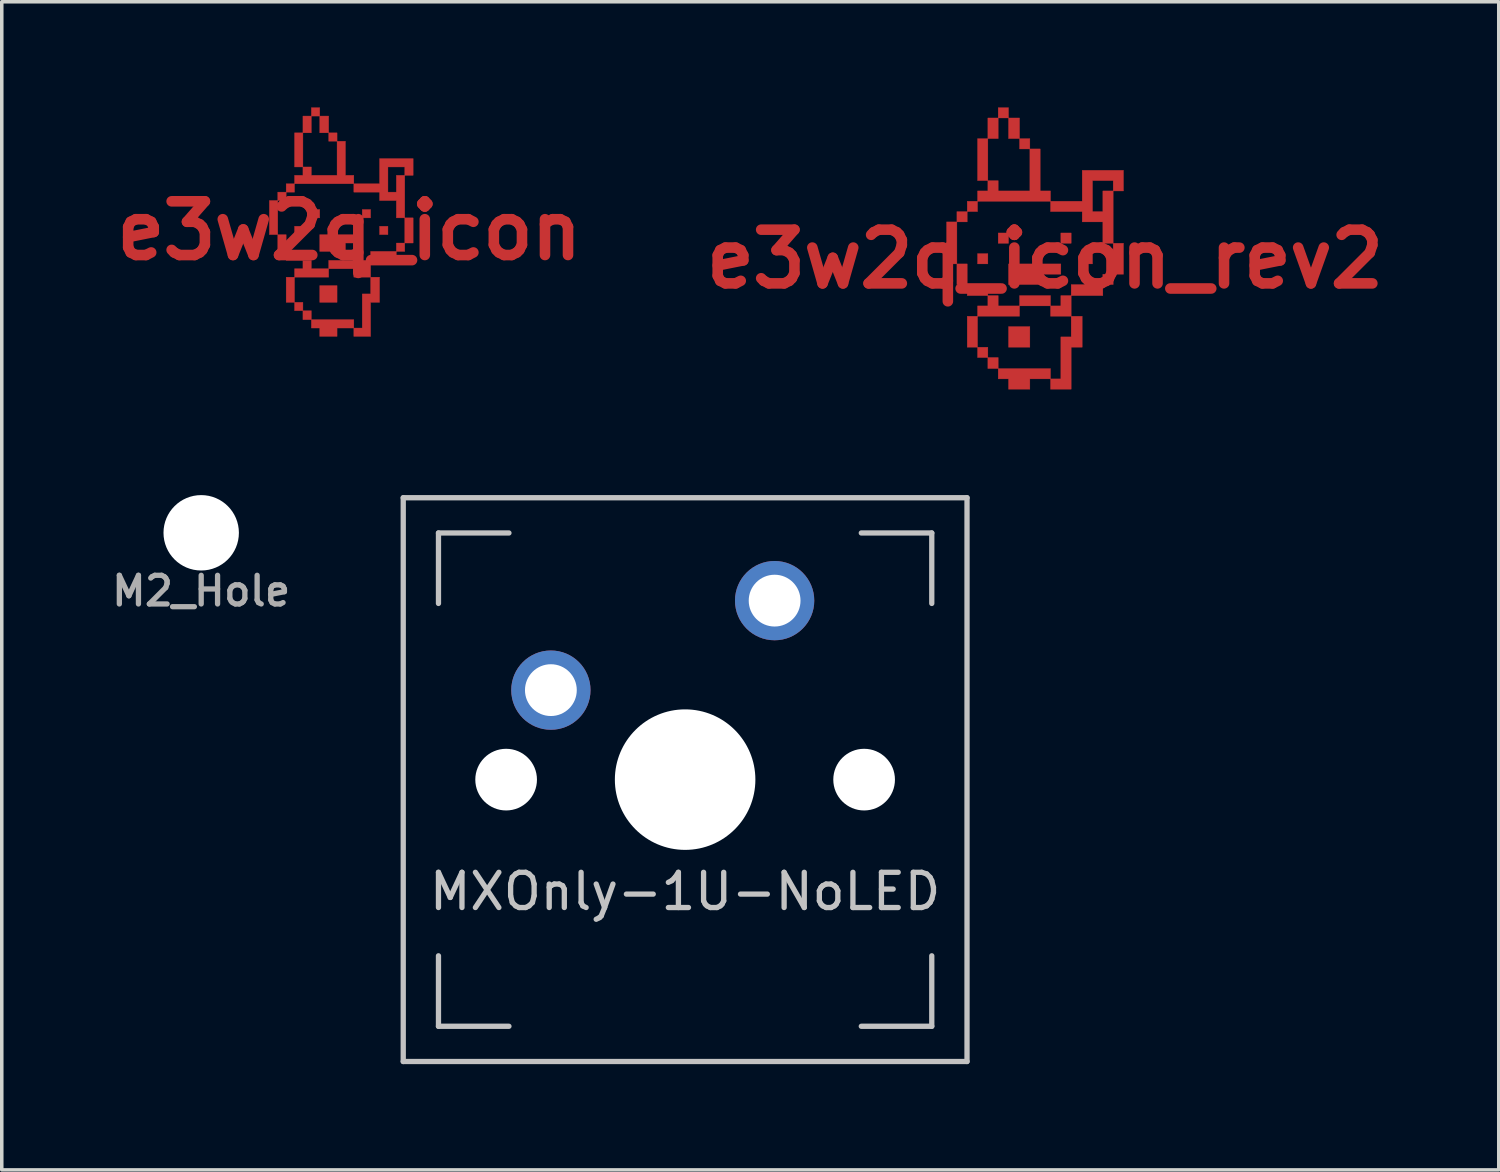
<source format=kicad_pcb>
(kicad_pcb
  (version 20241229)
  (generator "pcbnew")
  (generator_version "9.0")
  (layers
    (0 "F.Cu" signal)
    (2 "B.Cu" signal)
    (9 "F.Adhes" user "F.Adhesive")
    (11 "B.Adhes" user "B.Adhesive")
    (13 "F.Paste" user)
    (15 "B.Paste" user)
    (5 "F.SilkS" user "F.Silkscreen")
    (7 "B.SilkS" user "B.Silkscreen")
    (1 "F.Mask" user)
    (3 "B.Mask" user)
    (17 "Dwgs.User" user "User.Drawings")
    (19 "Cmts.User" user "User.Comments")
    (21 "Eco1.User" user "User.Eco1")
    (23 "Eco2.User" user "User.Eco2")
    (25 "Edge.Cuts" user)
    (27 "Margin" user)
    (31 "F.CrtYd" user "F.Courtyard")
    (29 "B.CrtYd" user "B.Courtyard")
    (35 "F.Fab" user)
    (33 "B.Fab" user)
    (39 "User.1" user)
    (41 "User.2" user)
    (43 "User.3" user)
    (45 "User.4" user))
  (footprint "M2_Hole"
    (layer "F.Cu")
    (at 2.66 12.071)
    (property "Reference" "M2_Hole" (at 0 1.651 0) (layer "F.Fab") (effects (font (size 0.813 0.813) (thickness 0.15))))
    (attr through_hole)
    (pad "" np_thru_hole circle (at 0 0) (size 2.14 2.14) (drill 2.14) (layers "*.Cu" "*.Mask")))
  (footprint "e3w2q_icon_rev2"
    (layer "F.Cu")
    (at 26.608 4.303)
    (property "Reference" "e3w2q_icon_rev2" (at 0 0 0) (layer "F.Cu") (effects (font (size 1.524 1.524) (thickness 0.3))))
    (attr through_hole)
    (fp_poly (pts (xy -1.915 -2.227) (xy -1.915 -3.419) (xy -1.622 -3.419) (xy -1.622 -2.227) (xy -1.915 -2.227)) (stroke (width 0.01) (type solid)) (fill yes) (layer "F.Cu"))
    (fp_poly (pts (xy -1.622 -4.005) (xy -1.329 -4.005) (xy -1.329 -3.419) (xy -1.622 -3.419) (xy -1.622 -4.005)) (stroke (width 0.01) (type solid)) (fill yes) (layer "F.Cu"))
    (fp_poly (pts (xy -1.622 0.137) (xy -1.915 0.137) (xy -1.915 -0.156) (xy -1.622 -0.156) (xy -1.622 0.137)) (stroke (width 0.01) (type solid)) (fill yes) (layer "F.Cu"))
    (fp_poly (pts (xy -1.329 -4.298) (xy -1.036 -4.298) (xy -1.036 -4.005) (xy -1.329 -4.005) (xy -1.329 -4.298)) (stroke (width 0.01) (type solid)) (fill yes) (layer "F.Cu"))
    (fp_poly (pts (xy -1.036 -3.419) (xy -1.036 -4.005) (xy -0.723 -4.005) (xy -0.723 -3.419) (xy -1.036 -3.419)) (stroke (width 0.01) (type solid)) (fill yes) (layer "F.Cu"))
    (fp_poly (pts (xy -1.036 -0.449) (xy -1.329 -0.449) (xy -1.329 -0.742) (xy -1.036 -0.742) (xy -1.036 -0.449)) (stroke (width 0.01) (type solid)) (fill yes) (layer "F.Cu"))
    (fp_poly (pts (xy -0.43 -3.419) (xy -0.43 -3.126) (xy -0.723 -3.126) (xy -0.723 -3.419) (xy -0.43 -3.419)) (stroke (width 0.01) (type solid)) (fill yes) (layer "F.Cu"))
    (fp_poly (pts (xy -0.43 2.501) (xy -1.036 2.501) (xy -1.036 1.915) (xy -0.43 1.915) (xy -0.43 2.501)) (stroke (width 0.01) (type solid)) (fill yes) (layer "F.Cu"))
    (fp_poly (pts (xy 0.156 1.329) (xy -0.723 1.329) (xy -0.723 1.036) (xy 0.156 1.036) (xy 0.156 1.329)) (stroke (width 0.01) (type solid)) (fill yes) (layer "F.Cu"))
    (fp_poly (pts (xy 0.742 -0.449) (xy 0.449 -0.449) (xy 0.449 -0.742) (xy 0.742 -0.742) (xy 0.742 -0.449)) (stroke (width 0.01) (type solid)) (fill yes) (layer "F.Cu"))
    (fp_poly (pts (xy 1.348 0.137) (xy 1.055 0.137) (xy 1.055 -0.156) (xy 1.348 -0.156) (xy 1.348 0.137)) (stroke (width 0.01) (type solid)) (fill yes) (layer "F.Cu"))
    (fp_poly (pts (xy 0.449 0.43) (xy -0.137 0.43) (xy -0.137 0.723) (xy -1.036 0.723) (xy -1.036 0.137) (xy 0.449 0.137) (xy 0.449 0.43)) (stroke (width 0.01) (type solid)) (fill yes) (layer "F.Cu"))
    (fp_poly (pts (xy -0.137 -3.126) (xy -0.137 -1.934) (xy 0.156 -1.934) (xy 0.156 -1.641) (xy 1.055 -1.641) (xy 1.055 -2.227) (xy 1.348 -2.227) (xy 1.348 -1.348) (xy 1.641 -1.348) (xy 1.641 -1.934) (xy 1.934 -1.934) (xy 1.934 -2.227) (xy 1.348 -2.227) (xy 1.055 -2.227) (xy 1.055 -2.52) (xy 2.227 -2.52) (xy 2.227 -1.934) (xy 1.934 -1.934) (xy 1.934 -0.449) (xy 2.227 -0.449) (xy 2.227 0.43) (xy 1.934 0.43) (xy 1.934 0.723) (xy 1.641 0.723) (xy 1.641 1.036) (xy 0.742 1.036) (xy 0.742 1.622) (xy 1.055 1.622) (xy 1.055 2.501) (xy 0.742 2.501) (xy 0.742 3.693) (xy 0.156 3.693) (xy 0.156 3.4) (xy -0.43 3.4) (xy -0.43 3.693) (xy -1.036 3.693) (xy -1.036 3.4) (xy -1.329 3.4) (xy -1.329 3.107) (xy -1.622 3.107) (xy -1.622 2.794) (xy -1.915 2.794) (xy -1.915 2.501) (xy -2.208 2.501) (xy -2.208 1.622) (xy -1.915 1.622) (xy -1.915 1.329) (xy -1.622 1.329) (xy -1.622 1.036) (xy -2.208 1.036) (xy -2.208 0.723) (xy -2.501 0.723) (xy -2.501 0.137) (xy -2.794 0.137) (xy -2.794 -1.055) (xy -2.501 -1.055) (xy -2.501 0.137) (xy -2.208 0.137) (xy -2.208 0.723) (xy -1.622 0.723) (xy -1.622 1.036) (xy -1.329 1.036) (xy -1.329 1.329) (xy -0.723 1.329) (xy -0.723 1.622) (xy -1.915 1.622) (xy -1.915 2.501) (xy -1.622 2.501) (xy -1.622 2.794) (xy -1.329 2.794) (xy -1.329 3.107) (xy 0.156 3.107) (xy 0.156 3.4) (xy 0.449 3.4) (xy 0.449 2.208) (xy 0.742 2.208) (xy 0.742 1.622) (xy 0.156 1.622) (xy 0.156 1.329) (xy 0.449 1.329) (xy 0.449 1.036) (xy 0.742 1.036) (xy 0.742 0.723) (xy 1.641 0.723) (xy 1.641 0.43) (xy 1.934 0.43) (xy 1.934 -0.449) (xy 1.641 -0.449) (xy 1.641 -1.055) (xy 1.055 -1.055) (xy 1.055 -1.348) (xy 0.156 -1.348) (xy 0.156 -1.641) (xy -1.915 -1.641) (xy -1.915 -1.348) (xy -2.208 -1.348) (xy -2.208 -1.055) (xy -2.501 -1.055) (xy -2.501 -1.348) (xy -2.208 -1.348) (xy -2.208 -1.641) (xy -1.915 -1.641) (xy -1.915 -1.934) (xy -1.622 -1.934) (xy -1.622 -2.227) (xy -1.329 -2.227) (xy -1.329 -1.934) (xy -0.43 -1.934) (xy -0.43 -3.126) (xy -0.137 -3.126)) (stroke (width 0.01) (type solid)) (fill yes) (layer "F.Cu")))
  (footprint "e3w2q_icon"
    (layer "F.Cu")
    (at 6.865 3.498)
    (property "Reference" "e3w2q_icon" (at 0 0 0) (layer "F.Cu") (effects (font (size 1.524 1.524) (thickness 0.3))))
    (attr through_hole)
    (fp_poly (pts (xy -1.556 -1.81) (xy -1.556 -2.778) (xy -1.318 -2.778) (xy -1.318 -1.81) (xy -1.556 -1.81)) (stroke (width 0.01) (type solid)) (fill yes) (layer "F.Cu"))
    (fp_poly (pts (xy -1.318 -3.254) (xy -1.079 -3.254) (xy -1.079 -2.778) (xy -1.318 -2.778) (xy -1.318 -3.254)) (stroke (width 0.01) (type solid)) (fill yes) (layer "F.Cu"))
    (fp_poly (pts (xy -1.318 0.111) (xy -1.556 0.111) (xy -1.556 -0.127) (xy -1.318 -0.127) (xy -1.318 0.111)) (stroke (width 0.01) (type solid)) (fill yes) (layer "F.Cu"))
    (fp_poly (pts (xy -1.079 -3.493) (xy -0.841 -3.493) (xy -0.841 -3.254) (xy -1.079 -3.254) (xy -1.079 -3.493)) (stroke (width 0.01) (type solid)) (fill yes) (layer "F.Cu"))
    (fp_poly (pts (xy -0.841 -2.778) (xy -0.841 -3.254) (xy -0.587 -3.254) (xy -0.587 -2.778) (xy -0.841 -2.778)) (stroke (width 0.01) (type solid)) (fill yes) (layer "F.Cu"))
    (fp_poly (pts (xy -0.841 -0.365) (xy -1.079 -0.365) (xy -1.079 -0.603) (xy -0.841 -0.603) (xy -0.841 -0.365)) (stroke (width 0.01) (type solid)) (fill yes) (layer "F.Cu"))
    (fp_poly (pts (xy -0.349 -2.778) (xy -0.349 -2.54) (xy -0.587 -2.54) (xy -0.587 -2.778) (xy -0.349 -2.778)) (stroke (width 0.01) (type solid)) (fill yes) (layer "F.Cu"))
    (fp_poly (pts (xy -0.349 2.032) (xy -0.841 2.032) (xy -0.841 1.556) (xy -0.349 1.556) (xy -0.349 2.032)) (stroke (width 0.01) (type solid)) (fill yes) (layer "F.Cu"))
    (fp_poly (pts (xy 0.127 1.079) (xy -0.587 1.079) (xy -0.587 0.841) (xy 0.127 0.841) (xy 0.127 1.079)) (stroke (width 0.01) (type solid)) (fill yes) (layer "F.Cu"))
    (fp_poly (pts (xy 0.603 -0.365) (xy 0.365 -0.365) (xy 0.365 -0.603) (xy 0.603 -0.603) (xy 0.603 -0.365)) (stroke (width 0.01) (type solid)) (fill yes) (layer "F.Cu"))
    (fp_poly (pts (xy 1.095 0.111) (xy 0.857 0.111) (xy 0.857 -0.127) (xy 1.095 -0.127) (xy 1.095 0.111)) (stroke (width 0.01) (type solid)) (fill yes) (layer "F.Cu"))
    (fp_poly (pts (xy 0.365 0.349) (xy -0.111 0.349) (xy -0.111 0.587) (xy -0.841 0.587) (xy -0.841 0.111) (xy 0.365 0.111) (xy 0.365 0.349)) (stroke (width 0.01) (type solid)) (fill yes) (layer "F.Cu"))
    (fp_poly (pts (xy -0.111 -2.54) (xy -0.111 -1.572) (xy 0.127 -1.572) (xy 0.127 -1.333) (xy 0.857 -1.333) (xy 0.857 -1.81) (xy 1.095 -1.81) (xy 1.095 -1.095) (xy 1.333 -1.095) (xy 1.333 -1.572) (xy 1.572 -1.572) (xy 1.572 -1.81) (xy 1.095 -1.81) (xy 0.857 -1.81) (xy 0.857 -2.048) (xy 1.81 -2.048) (xy 1.81 -1.572) (xy 1.572 -1.572) (xy 1.572 -0.365) (xy 1.81 -0.365) (xy 1.81 0.349) (xy 1.572 0.349) (xy 1.572 0.587) (xy 1.333 0.587) (xy 1.333 0.841) (xy 0.603 0.841) (xy 0.603 1.318) (xy 0.857 1.318) (xy 0.857 2.032) (xy 0.603 2.032) (xy 0.603 3) (xy 0.127 3) (xy 0.127 2.762) (xy -0.349 2.762) (xy -0.349 3) (xy -0.841 3) (xy -0.841 2.762) (xy -1.079 2.762) (xy -1.079 2.524) (xy -1.318 2.524) (xy -1.318 2.27) (xy -1.556 2.27) (xy -1.556 2.032) (xy -1.794 2.032) (xy -1.794 1.318) (xy -1.556 1.318) (xy -1.556 1.079) (xy -1.318 1.079) (xy -1.318 0.841) (xy -1.794 0.841) (xy -1.794 0.587) (xy -2.032 0.587) (xy -2.032 0.111) (xy -2.27 0.111) (xy -2.27 -0.857) (xy -2.032 -0.857) (xy -2.032 0.111) (xy -1.794 0.111) (xy -1.794 0.587) (xy -1.318 0.587) (xy -1.318 0.841) (xy -1.079 0.841) (xy -1.079 1.079) (xy -0.587 1.079) (xy -0.587 1.318) (xy -1.556 1.318) (xy -1.556 2.032) (xy -1.318 2.032) (xy -1.318 2.27) (xy -1.079 2.27) (xy -1.079 2.524) (xy 0.127 2.524) (xy 0.127 2.762) (xy 0.365 2.762) (xy 0.365 1.794) (xy 0.603 1.794) (xy 0.603 1.318) (xy 0.127 1.318) (xy 0.127 1.079) (xy 0.365 1.079) (xy 0.365 0.841) (xy 0.603 0.841) (xy 0.603 0.587) (xy 1.333 0.587) (xy 1.333 0.349) (xy 1.572 0.349) (xy 1.572 -0.365) (xy 1.333 -0.365) (xy 1.333 -0.857) (xy 0.857 -0.857) (xy 0.857 -1.095) (xy 0.127 -1.095) (xy 0.127 -1.333) (xy -1.556 -1.333) (xy -1.556 -1.095) (xy -1.794 -1.095) (xy -1.794 -0.857) (xy -2.032 -0.857) (xy -2.032 -1.095) (xy -1.794 -1.095) (xy -1.794 -1.333) (xy -1.556 -1.333) (xy -1.556 -1.572) (xy -1.318 -1.572) (xy -1.318 -1.81) (xy -1.079 -1.81) (xy -1.079 -1.572) (xy -0.349 -1.572) (xy -0.349 -2.54) (xy -0.111 -2.54)) (stroke (width 0.01) (type solid)) (fill yes) (layer "F.Cu")))
  (footprint "MXOnly-1U-NoLED"
    (layer "F.Cu")
    (at 16.394 19.076)
    (property "Reference" "MXOnly-1U-NoLED" (at 0 3.175 0) (layer "Dwgs.User") (effects (font (size 1 1) (thickness 0.15))))
    (attr through_hole)
    (fp_line (start -8 -8) (end 8 -8) (stroke (width 0.15) (type solid)) (layer "Dwgs.User"))
    (fp_line (start -8 8) (end -8 -8) (stroke (width 0.15) (type solid)) (layer "Dwgs.User"))
    (fp_line (start -7 -7) (end -7 -5) (stroke (width 0.15) (type solid)) (layer "Dwgs.User"))
    (fp_line (start -7 5) (end -7 7) (stroke (width 0.15) (type solid)) (layer "Dwgs.User"))
    (fp_line (start -7 7) (end -5 7) (stroke (width 0.15) (type solid)) (layer "Dwgs.User"))
    (fp_line (start -5 -7) (end -7 -7) (stroke (width 0.15) (type solid)) (layer "Dwgs.User"))
    (fp_line (start 5 -7) (end 7 -7) (stroke (width 0.15) (type solid)) (layer "Dwgs.User"))
    (fp_line (start 5 7) (end 7 7) (stroke (width 0.15) (type solid)) (layer "Dwgs.User"))
    (fp_line (start 7 -7) (end 7 -5) (stroke (width 0.15) (type solid)) (layer "Dwgs.User"))
    (fp_line (start 7 7) (end 7 5) (stroke (width 0.15) (type solid)) (layer "Dwgs.User"))
    (fp_line (start 8 -8) (end 8 8) (stroke (width 0.15) (type solid)) (layer "Dwgs.User"))
    (fp_line (start 8 8) (end -8 8) (stroke (width 0.15) (type solid)) (layer "Dwgs.User"))
    (pad "" np_thru_hole circle (at -5.08 0 48.1) (size 1.75 1.75) (drill 1.75) (layers "*.Cu" "*.Mask"))
    (pad "" np_thru_hole circle (at 0 0) (size 3.988 3.988) (drill 3.988) (layers "*.Cu" "*.Mask"))
    (pad "" np_thru_hole circle (at 5.08 0 48.1) (size 1.75 1.75) (drill 1.75) (layers "*.Cu" "*.Mask"))
    (pad "1" thru_hole circle (at -3.81 -2.54) (size 2.25 2.25) (drill 1.47) (layers "*.Cu" "B.Mask"))
    (pad "2" thru_hole circle (at 2.54 -5.08) (size 2.25 2.25) (drill 1.47) (layers "*.Cu" "B.Mask")))
  (gr_rect
    (start -3 -3)
    (end 39.485 30.151)
    (stroke (width 0.1) (type default))
    (fill no)
    (layer "Edge.Cuts")))
</source>
